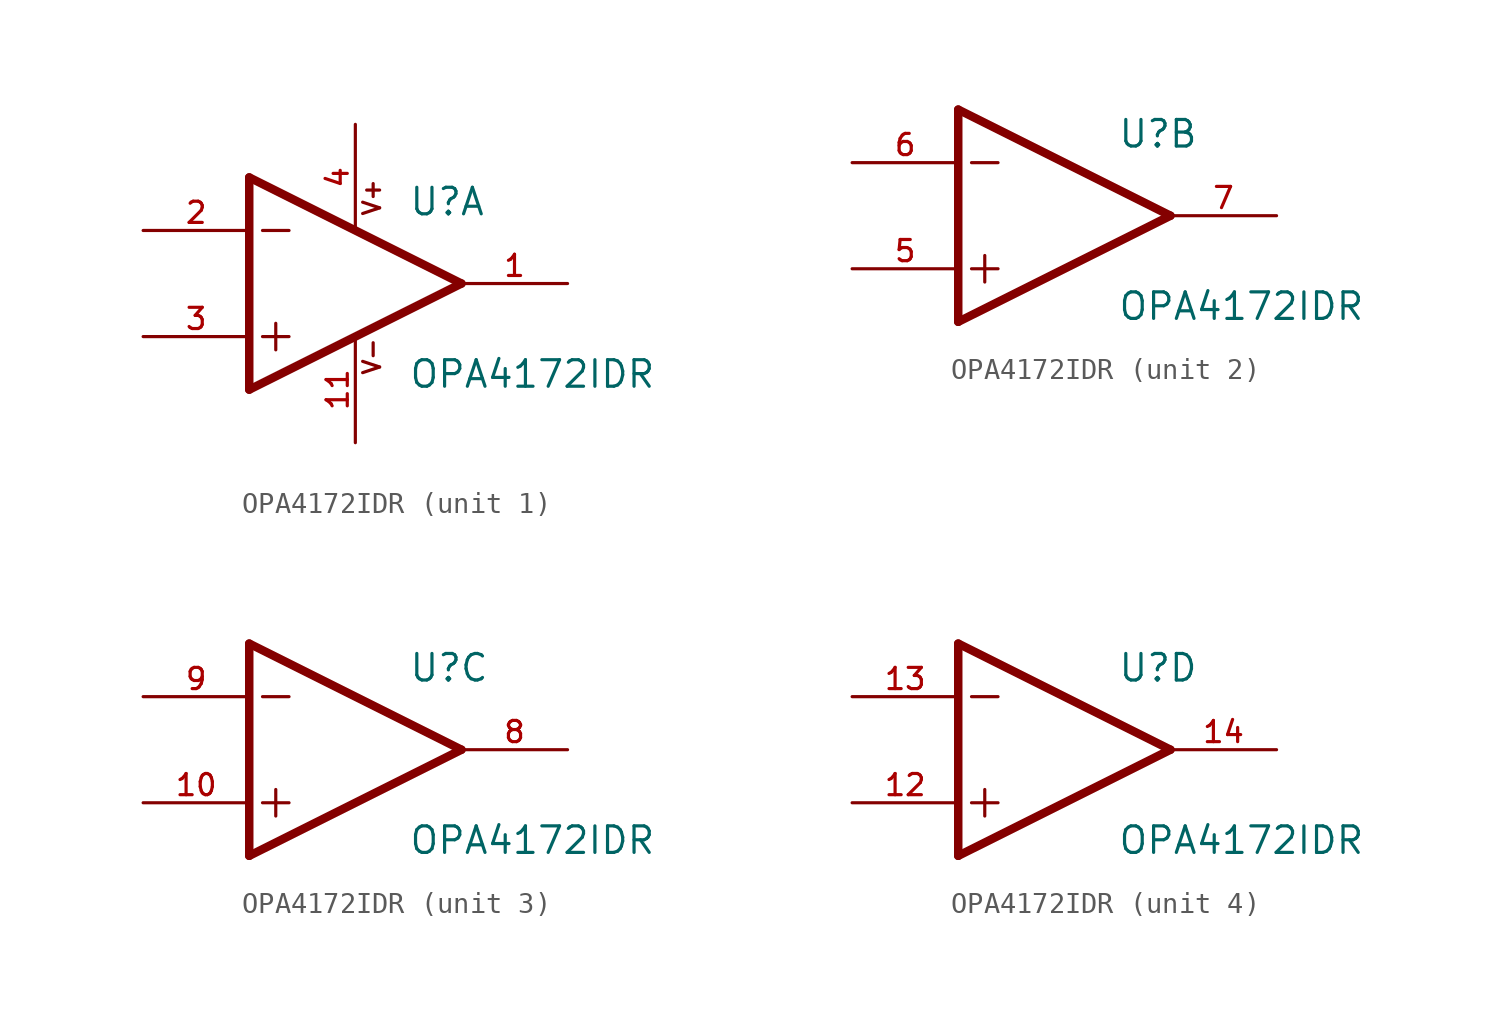
<source format=kicad_sym>
(kicad_symbol_lib
  (version 20211014)
  (generator kicad_symbol_editor)
  (symbol "OPA4172IDR"
    (pin_names
      (offset 1.016))
    (property "Reference" "U"
      (at 5.08 3.175 0)
      (effects (font (size 1.27 1.27)) (justify bottom left)))
    (property "Value" "OPA4172IDR"
      (at 5.08 -5.08 0)
      (effects (font (size 1.27 1.27)) (justify bottom left)))
    (symbol "OPA4172IDR_1_0"
      (polyline (pts (xy -2.54 5.08) (xy -2.54 -5.08)) (stroke (width 0.406)))
      (polyline (pts (xy -2.54 -5.08) (xy 7.62 0.0)) (stroke (width 0.406)))
      (polyline (pts (xy 7.62 0.0) (xy -2.54 5.08)) (stroke (width 0.406)))
      (polyline (pts (xy -1.27 -1.905) (xy -1.27 -3.175)) (stroke (width 0.152)))
      (polyline (pts (xy -1.905 2.54) (xy -0.635 2.54)) (stroke (width 0.152)))
      (polyline (pts (xy -1.905 -2.54) (xy -0.635 -2.54)) (stroke (width 0.152)))
      (text "V+" (at 3.81 3.175 900) (effects (font (size 0.813 0.813)) (justify bottom left)))
      (text "V-" (at 3.81 -4.445 900) (effects (font (size 0.813 0.813)) (justify bottom left)))
      (pin input line (at -7.62 -2.54 0) (length 5.08) (name "~" (effects (font (size 1.016 1.016)))) (number "3" (effects (font (size 1.016 1.016)))))
      (pin input line (at -7.62 2.54 0) (length 5.08) (name "~" (effects (font (size 1.016 1.016)))) (number "2" (effects (font (size 1.016 1.016)))))
      (pin power_in line (at 2.54 7.62 270.0) (length 5.08) (name "~" (effects (font (size 1.016 1.016)))) (number "4" (effects (font (size 1.016 1.016)))))
      (pin output line (at 12.7 0.0 180.0) (length 5.08) (name "~" (effects (font (size 1.016 1.016)))) (number "1" (effects (font (size 1.016 1.016)))))
      (pin power_in line (at 2.54 -7.62 90.0) (length 5.08) (name "~" (effects (font (size 1.016 1.016)))) (number "11" (effects (font (size 1.016 1.016))))))
    (symbol "OPA4172IDR_2_0"
      (polyline (pts (xy -2.54 5.08) (xy -2.54 -5.08)) (stroke (width 0.406)))
      (polyline (pts (xy -2.54 -5.08) (xy 7.62 0.0)) (stroke (width 0.406)))
      (polyline (pts (xy 7.62 0.0) (xy -2.54 5.08)) (stroke (width 0.406)))
      (polyline (pts (xy -1.27 -1.905) (xy -1.27 -3.175)) (stroke (width 0.152)))
      (polyline (pts (xy -1.905 2.54) (xy -0.635 2.54)) (stroke (width 0.152)))
      (polyline (pts (xy -1.905 -2.54) (xy -0.635 -2.54)) (stroke (width 0.152)))
      (pin input line (at -7.62 -2.54 0) (length 5.08) (name "~" (effects (font (size 1.016 1.016)))) (number "5" (effects (font (size 1.016 1.016)))))
      (pin input line (at -7.62 2.54 0) (length 5.08) (name "~" (effects (font (size 1.016 1.016)))) (number "6" (effects (font (size 1.016 1.016)))))
      (pin output line (at 12.7 0.0 180.0) (length 5.08) (name "~" (effects (font (size 1.016 1.016)))) (number "7" (effects (font (size 1.016 1.016))))))
    (symbol "OPA4172IDR_3_0"
      (polyline (pts (xy -2.54 5.08) (xy -2.54 -5.08)) (stroke (width 0.406)))
      (polyline (pts (xy -2.54 -5.08) (xy 7.62 0.0)) (stroke (width 0.406)))
      (polyline (pts (xy 7.62 0.0) (xy -2.54 5.08)) (stroke (width 0.406)))
      (polyline (pts (xy -1.27 -1.905) (xy -1.27 -3.175)) (stroke (width 0.152)))
      (polyline (pts (xy -1.905 2.54) (xy -0.635 2.54)) (stroke (width 0.152)))
      (polyline (pts (xy -1.905 -2.54) (xy -0.635 -2.54)) (stroke (width 0.152)))
      (pin input line (at -7.62 -2.54 0) (length 5.08) (name "~" (effects (font (size 1.016 1.016)))) (number "10" (effects (font (size 1.016 1.016)))))
      (pin input line (at -7.62 2.54 0) (length 5.08) (name "~" (effects (font (size 1.016 1.016)))) (number "9" (effects (font (size 1.016 1.016)))))
      (pin output line (at 12.7 0.0 180.0) (length 5.08) (name "~" (effects (font (size 1.016 1.016)))) (number "8" (effects (font (size 1.016 1.016))))))
    (symbol "OPA4172IDR_4_0"
      (polyline (pts (xy -2.54 5.08) (xy -2.54 -5.08)) (stroke (width 0.406)))
      (polyline (pts (xy -2.54 -5.08) (xy 7.62 0.0)) (stroke (width 0.406)))
      (polyline (pts (xy 7.62 0.0) (xy -2.54 5.08)) (stroke (width 0.406)))
      (polyline (pts (xy -1.27 -1.905) (xy -1.27 -3.175)) (stroke (width 0.152)))
      (polyline (pts (xy -1.905 2.54) (xy -0.635 2.54)) (stroke (width 0.152)))
      (polyline (pts (xy -1.905 -2.54) (xy -0.635 -2.54)) (stroke (width 0.152)))
      (pin input line (at -7.62 -2.54 0) (length 5.08) (name "~" (effects (font (size 1.016 1.016)))) (number "12" (effects (font (size 1.016 1.016)))))
      (pin input line (at -7.62 2.54 0) (length 5.08) (name "~" (effects (font (size 1.016 1.016)))) (number "13" (effects (font (size 1.016 1.016)))))
      (pin output line (at 12.7 0.0 180.0) (length 5.08) (name "~" (effects (font (size 1.016 1.016)))) (number "14" (effects (font (size 1.016 1.016))))))))
</source>
